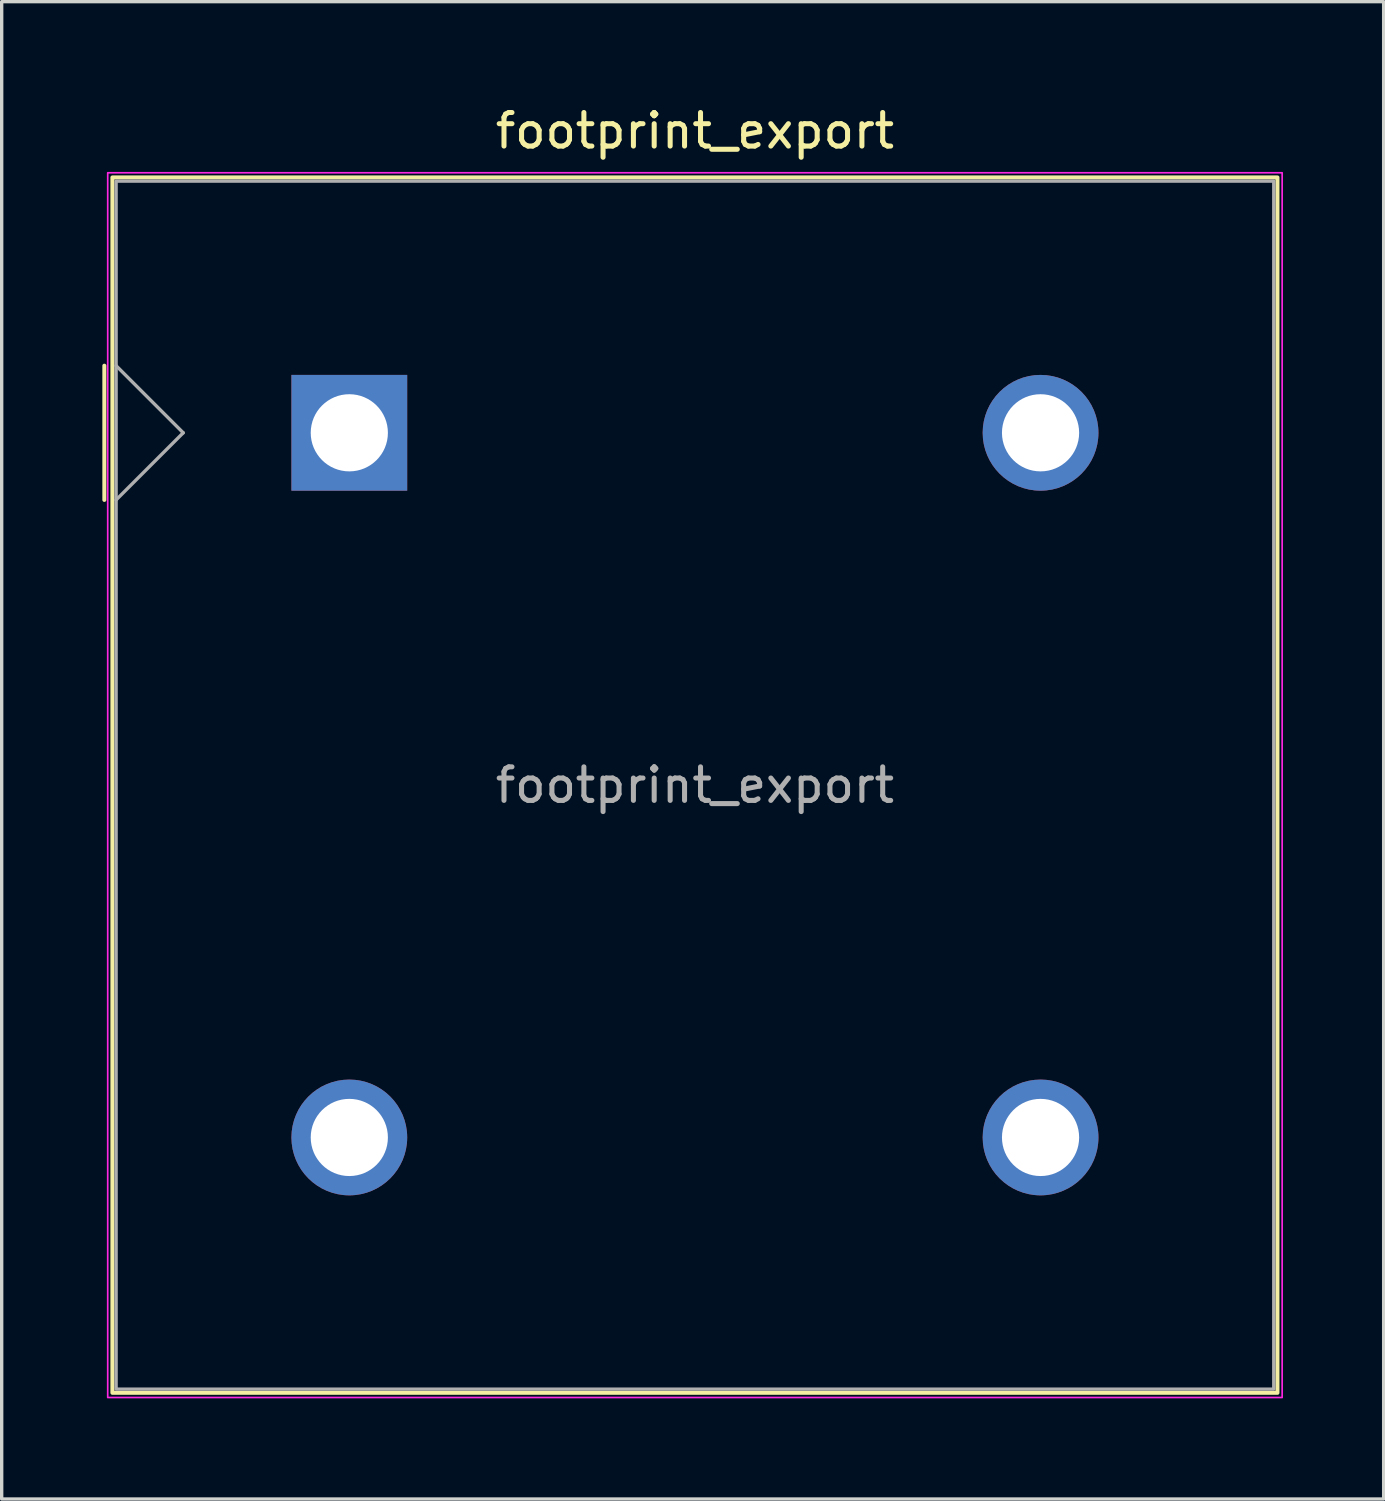
<source format=kicad_pcb>
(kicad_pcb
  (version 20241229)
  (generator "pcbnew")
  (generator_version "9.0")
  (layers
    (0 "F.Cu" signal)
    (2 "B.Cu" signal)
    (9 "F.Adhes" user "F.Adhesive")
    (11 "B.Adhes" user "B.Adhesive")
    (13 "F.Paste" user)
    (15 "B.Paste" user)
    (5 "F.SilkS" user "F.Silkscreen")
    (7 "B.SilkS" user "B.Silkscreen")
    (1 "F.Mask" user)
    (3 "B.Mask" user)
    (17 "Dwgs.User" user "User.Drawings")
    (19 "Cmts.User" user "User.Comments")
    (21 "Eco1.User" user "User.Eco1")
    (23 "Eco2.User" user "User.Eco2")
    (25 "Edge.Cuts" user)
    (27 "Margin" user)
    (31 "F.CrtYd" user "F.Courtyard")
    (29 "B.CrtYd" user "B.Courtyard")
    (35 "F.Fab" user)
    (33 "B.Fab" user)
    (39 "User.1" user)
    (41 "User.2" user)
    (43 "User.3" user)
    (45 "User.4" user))
  (footprint "footprint_export"
    (layer "F.Cu")
    (at 7.36 9.848)
    (property "Reference" "footprint_export" (at 10.3 -9 0) (unlocked yes) (layer "F.SilkS") (effects (font (size 1 1) (thickness 0.15))))
    (attr through_hole)
    (fp_line (start -7.3 -2) (end -7.3 2) (stroke (width 0.12) (type solid)) (layer "F.SilkS"))
    (fp_rect (start -7.06 -7.61) (end 27.66 28.61) (stroke (width 0.12) (type solid)) (fill no) (layer "F.SilkS"))
    (fp_rect (start -7.2 -7.75) (end 27.8 28.75) (stroke (width 0.05) (type solid)) (fill no) (layer "F.CrtYd"))
    (fp_line (start -6.95 -2) (end -4.95 0) (stroke (width 0.1) (type solid)) (layer "F.Fab"))
    (fp_line (start -4.95 0) (end -6.95 2) (stroke (width 0.1) (type solid)) (layer "F.Fab"))
    (fp_rect (start -6.95 -7.5) (end 27.55 28.5) (stroke (width 0.1) (type solid)) (fill no) (layer "F.Fab"))
    (fp_text user "${REFERENCE}" (at 10.3 10.5 0) (unlocked yes) (layer "F.Fab") (effects (font (size 1 1) (thickness 0.15))))
    (pad "" thru_hole circle (at 0 21) (size 3.45 3.45) (drill 2.3) (layers "*.Cu" "*.Mask"))
    (pad "" thru_hole circle (at 20.6 0) (size 3.45 3.45) (drill 2.3) (layers "*.Cu" "*.Mask"))
    (pad "1" thru_hole rect (at 0 0) (size 3.45 3.45) (drill 2.3) (layers "*.Cu" "*.Mask"))
    (pad "2" thru_hole circle (at 20.6 21) (size 3.45 3.45) (drill 2.3) (layers "*.Cu" "*.Mask")))
  (gr_rect
    (start -3 -3)
    (end 38.185 41.623)
    (stroke (width 0.1) (type default))
    (fill no)
    (layer "Edge.Cuts")))
</source>
